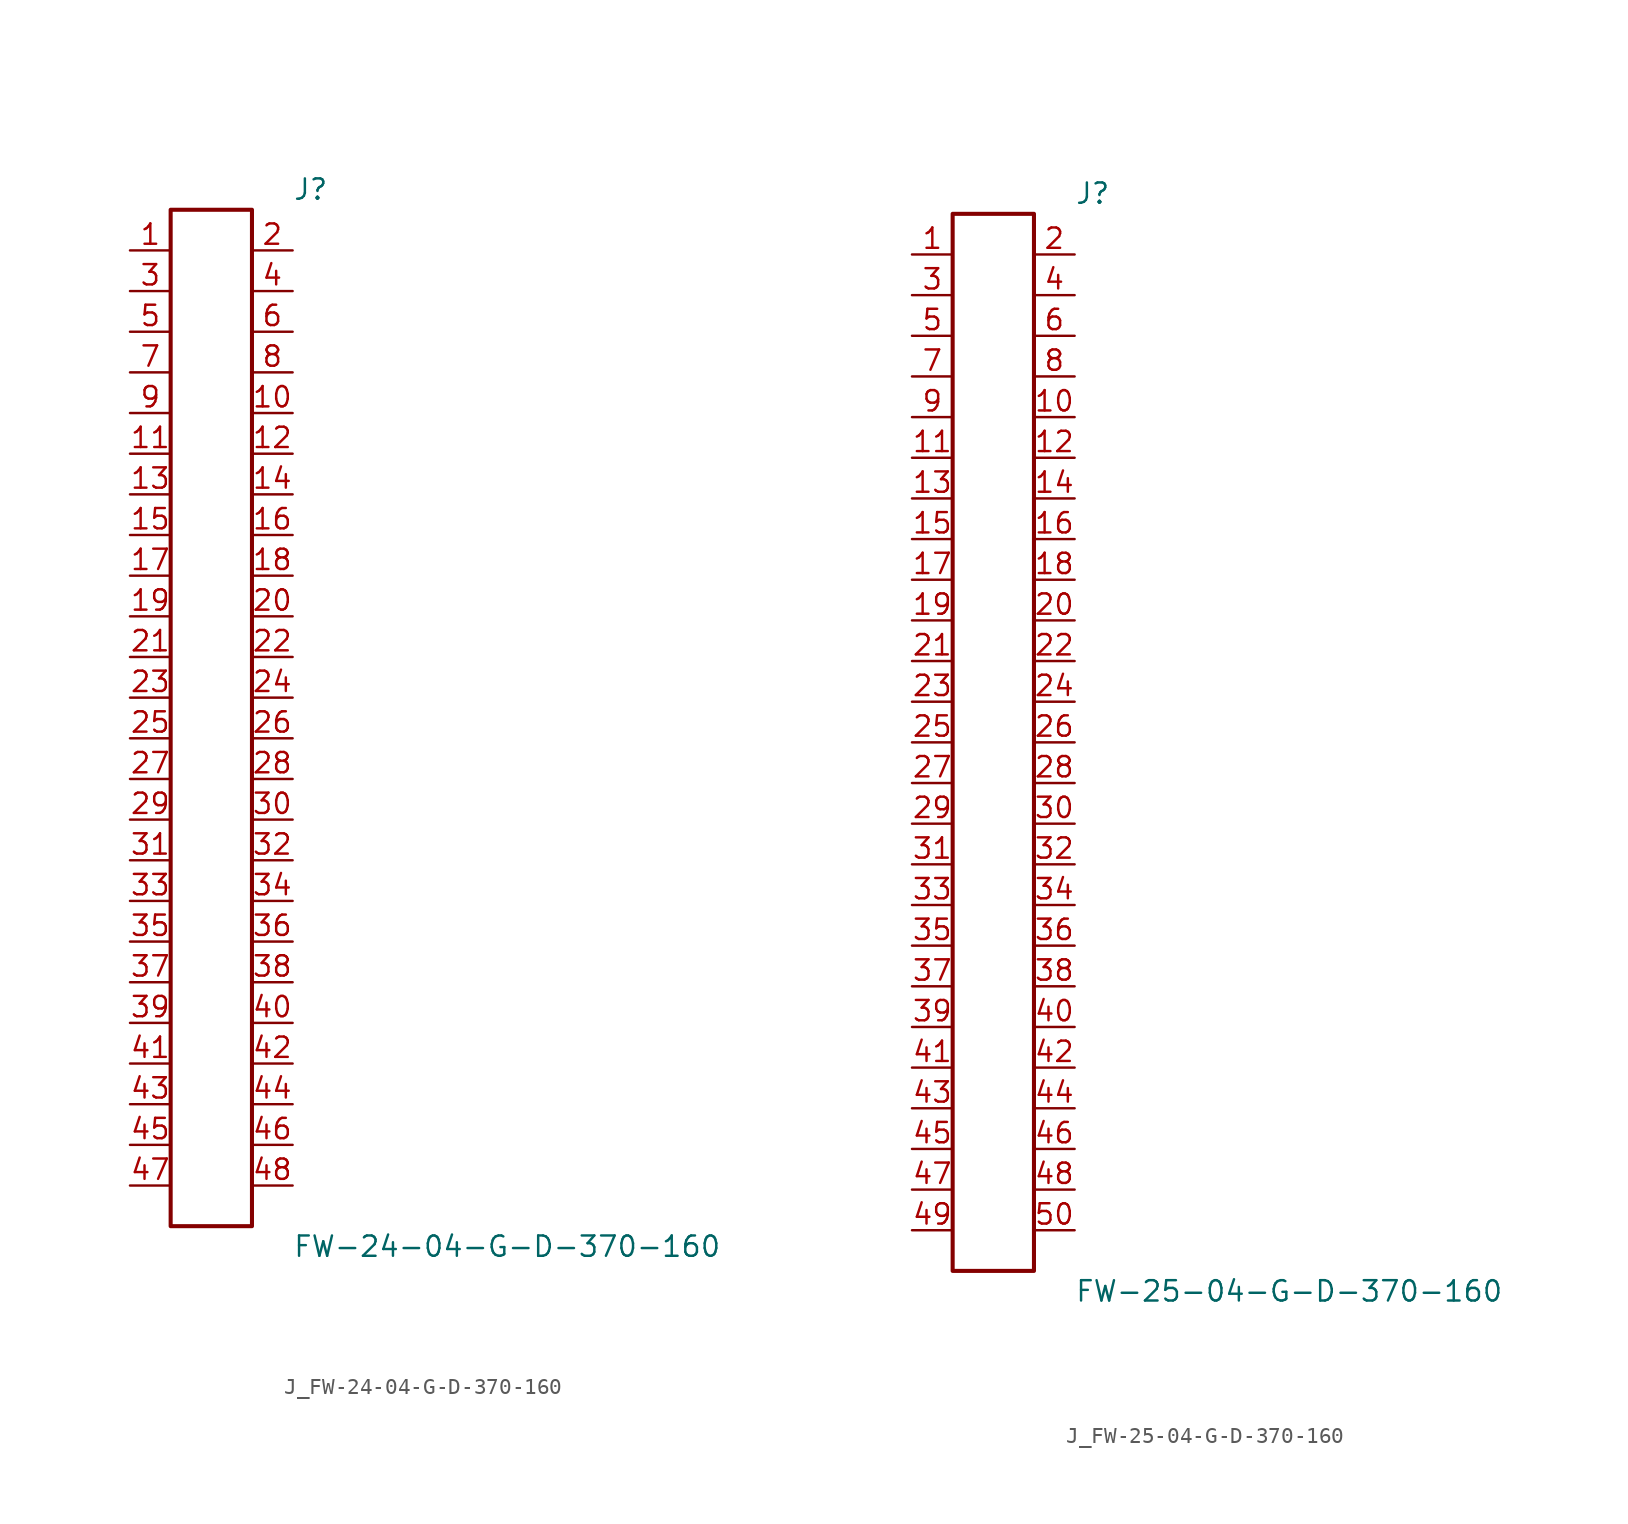
<source format=kicad_sym>
(kicad_symbol_lib
  (version 20231120)
  (generator kicad_symbol_editor)
  (generator_version 8.0)
  (symbol "J_FW-24-04-G-D-370-160"
    (pin_names
      (offset 0.254))
    (property "Reference" "J"
      (at 5.08 33.02 0)
      (effects (font (size 1.27 1.27)) (justify left)))
    (property "Value" "FW-24-04-G-D-370-160"
      (at 5.08 -33.02 0)
      (effects (font (size 1.27 1.27)) (justify left)))
    (symbol "J_FW-24-04-G-D-370-160_0_0"
      (pin unspecified line (at -5.08 29.21 0) (length 2.54) (name "" (effects (font (size 1.27 1.27)))) (number "1" (effects (font (size 1.27 1.27)))))
      (pin unspecified line (at 5.08 29.21 180) (length 2.54) (name "" (effects (font (size 1.27 1.27)))) (number "2" (effects (font (size 1.27 1.27)))))
      (pin unspecified line (at -5.08 26.67 0) (length 2.54) (name "" (effects (font (size 1.27 1.27)))) (number "3" (effects (font (size 1.27 1.27)))))
      (pin unspecified line (at 5.08 26.67 180) (length 2.54) (name "" (effects (font (size 1.27 1.27)))) (number "4" (effects (font (size 1.27 1.27)))))
      (pin unspecified line (at -5.08 24.13 0) (length 2.54) (name "" (effects (font (size 1.27 1.27)))) (number "5" (effects (font (size 1.27 1.27)))))
      (pin unspecified line (at 5.08 24.13 180) (length 2.54) (name "" (effects (font (size 1.27 1.27)))) (number "6" (effects (font (size 1.27 1.27)))))
      (pin unspecified line (at -5.08 21.59 0) (length 2.54) (name "" (effects (font (size 1.27 1.27)))) (number "7" (effects (font (size 1.27 1.27)))))
      (pin unspecified line (at 5.08 21.59 180) (length 2.54) (name "" (effects (font (size 1.27 1.27)))) (number "8" (effects (font (size 1.27 1.27)))))
      (pin unspecified line (at -5.08 19.05 0) (length 2.54) (name "" (effects (font (size 1.27 1.27)))) (number "9" (effects (font (size 1.27 1.27)))))
      (pin unspecified line (at 5.08 19.05 180) (length 2.54) (name "" (effects (font (size 1.27 1.27)))) (number "10" (effects (font (size 1.27 1.27)))))
      (pin unspecified line (at -5.08 16.51 0) (length 2.54) (name "" (effects (font (size 1.27 1.27)))) (number "11" (effects (font (size 1.27 1.27)))))
      (pin unspecified line (at 5.08 16.51 180) (length 2.54) (name "" (effects (font (size 1.27 1.27)))) (number "12" (effects (font (size 1.27 1.27)))))
      (pin unspecified line (at -5.08 13.97 0) (length 2.54) (name "" (effects (font (size 1.27 1.27)))) (number "13" (effects (font (size 1.27 1.27)))))
      (pin unspecified line (at 5.08 13.97 180) (length 2.54) (name "" (effects (font (size 1.27 1.27)))) (number "14" (effects (font (size 1.27 1.27)))))
      (pin unspecified line (at -5.08 11.43 0) (length 2.54) (name "" (effects (font (size 1.27 1.27)))) (number "15" (effects (font (size 1.27 1.27)))))
      (pin unspecified line (at 5.08 11.43 180) (length 2.54) (name "" (effects (font (size 1.27 1.27)))) (number "16" (effects (font (size 1.27 1.27)))))
      (pin unspecified line (at -5.08 8.89 0) (length 2.54) (name "" (effects (font (size 1.27 1.27)))) (number "17" (effects (font (size 1.27 1.27)))))
      (pin unspecified line (at 5.08 8.89 180) (length 2.54) (name "" (effects (font (size 1.27 1.27)))) (number "18" (effects (font (size 1.27 1.27)))))
      (pin unspecified line (at -5.08 6.35 0) (length 2.54) (name "" (effects (font (size 1.27 1.27)))) (number "19" (effects (font (size 1.27 1.27)))))
      (pin unspecified line (at 5.08 6.35 180) (length 2.54) (name "" (effects (font (size 1.27 1.27)))) (number "20" (effects (font (size 1.27 1.27)))))
      (pin unspecified line (at -5.08 3.81 0) (length 2.54) (name "" (effects (font (size 1.27 1.27)))) (number "21" (effects (font (size 1.27 1.27)))))
      (pin unspecified line (at 5.08 3.81 180) (length 2.54) (name "" (effects (font (size 1.27 1.27)))) (number "22" (effects (font (size 1.27 1.27)))))
      (pin unspecified line (at -5.08 1.27 0) (length 2.54) (name "" (effects (font (size 1.27 1.27)))) (number "23" (effects (font (size 1.27 1.27)))))
      (pin unspecified line (at 5.08 1.27 180) (length 2.54) (name "" (effects (font (size 1.27 1.27)))) (number "24" (effects (font (size 1.27 1.27)))))
      (pin unspecified line (at -5.08 -1.27 0) (length 2.54) (name "" (effects (font (size 1.27 1.27)))) (number "25" (effects (font (size 1.27 1.27)))))
      (pin unspecified line (at 5.08 -1.27 180) (length 2.54) (name "" (effects (font (size 1.27 1.27)))) (number "26" (effects (font (size 1.27 1.27)))))
      (pin unspecified line (at -5.08 -3.81 0) (length 2.54) (name "" (effects (font (size 1.27 1.27)))) (number "27" (effects (font (size 1.27 1.27)))))
      (pin unspecified line (at 5.08 -3.81 180) (length 2.54) (name "" (effects (font (size 1.27 1.27)))) (number "28" (effects (font (size 1.27 1.27)))))
      (pin unspecified line (at -5.08 -6.35 0) (length 2.54) (name "" (effects (font (size 1.27 1.27)))) (number "29" (effects (font (size 1.27 1.27)))))
      (pin unspecified line (at 5.08 -6.35 180) (length 2.54) (name "" (effects (font (size 1.27 1.27)))) (number "30" (effects (font (size 1.27 1.27)))))
      (pin unspecified line (at -5.08 -8.89 0) (length 2.54) (name "" (effects (font (size 1.27 1.27)))) (number "31" (effects (font (size 1.27 1.27)))))
      (pin unspecified line (at 5.08 -8.89 180) (length 2.54) (name "" (effects (font (size 1.27 1.27)))) (number "32" (effects (font (size 1.27 1.27)))))
      (pin unspecified line (at -5.08 -11.43 0) (length 2.54) (name "" (effects (font (size 1.27 1.27)))) (number "33" (effects (font (size 1.27 1.27)))))
      (pin unspecified line (at 5.08 -11.43 180) (length 2.54) (name "" (effects (font (size 1.27 1.27)))) (number "34" (effects (font (size 1.27 1.27)))))
      (pin unspecified line (at -5.08 -13.97 0) (length 2.54) (name "" (effects (font (size 1.27 1.27)))) (number "35" (effects (font (size 1.27 1.27)))))
      (pin unspecified line (at 5.08 -13.97 180) (length 2.54) (name "" (effects (font (size 1.27 1.27)))) (number "36" (effects (font (size 1.27 1.27)))))
      (pin unspecified line (at -5.08 -16.51 0) (length 2.54) (name "" (effects (font (size 1.27 1.27)))) (number "37" (effects (font (size 1.27 1.27)))))
      (pin unspecified line (at 5.08 -16.51 180) (length 2.54) (name "" (effects (font (size 1.27 1.27)))) (number "38" (effects (font (size 1.27 1.27)))))
      (pin unspecified line (at -5.08 -19.05 0) (length 2.54) (name "" (effects (font (size 1.27 1.27)))) (number "39" (effects (font (size 1.27 1.27)))))
      (pin unspecified line (at 5.08 -19.05 180) (length 2.54) (name "" (effects (font (size 1.27 1.27)))) (number "40" (effects (font (size 1.27 1.27)))))
      (pin unspecified line (at -5.08 -21.59 0) (length 2.54) (name "" (effects (font (size 1.27 1.27)))) (number "41" (effects (font (size 1.27 1.27)))))
      (pin unspecified line (at 5.08 -21.59 180) (length 2.54) (name "" (effects (font (size 1.27 1.27)))) (number "42" (effects (font (size 1.27 1.27)))))
      (pin unspecified line (at -5.08 -24.13 0) (length 2.54) (name "" (effects (font (size 1.27 1.27)))) (number "43" (effects (font (size 1.27 1.27)))))
      (pin unspecified line (at 5.08 -24.13 180) (length 2.54) (name "" (effects (font (size 1.27 1.27)))) (number "44" (effects (font (size 1.27 1.27)))))
      (pin unspecified line (at -5.08 -26.67 0) (length 2.54) (name "" (effects (font (size 1.27 1.27)))) (number "45" (effects (font (size 1.27 1.27)))))
      (pin unspecified line (at 5.08 -26.67 180) (length 2.54) (name "" (effects (font (size 1.27 1.27)))) (number "46" (effects (font (size 1.27 1.27)))))
      (pin unspecified line (at -5.08 -29.21 0) (length 2.54) (name "" (effects (font (size 1.27 1.27)))) (number "47" (effects (font (size 1.27 1.27)))))
      (pin unspecified line (at 5.08 -29.21 180) (length 2.54) (name "" (effects (font (size 1.27 1.27)))) (number "48" (effects (font (size 1.27 1.27))))))
    (symbol "J_FW-24-04-G-D-370-160_1_0"
      (rectangle (start -2.54 31.75) (end 2.54 -31.75) (stroke (width 0.254) (type solid)) (fill (type none)))))
  (symbol "J_FW-25-04-G-D-370-160"
    (pin_names
      (offset 0.254))
    (property "Reference" "J"
      (at 5.08 34.29 0)
      (effects (font (size 1.27 1.27)) (justify left)))
    (property "Value" "FW-25-04-G-D-370-160"
      (at 5.08 -34.29 0)
      (effects (font (size 1.27 1.27)) (justify left)))
    (symbol "J_FW-25-04-G-D-370-160_0_0"
      (pin unspecified line (at -5.08 30.48 0) (length 2.54) (name "" (effects (font (size 1.27 1.27)))) (number "1" (effects (font (size 1.27 1.27)))))
      (pin unspecified line (at 5.08 30.48 180) (length 2.54) (name "" (effects (font (size 1.27 1.27)))) (number "2" (effects (font (size 1.27 1.27)))))
      (pin unspecified line (at -5.08 27.94 0) (length 2.54) (name "" (effects (font (size 1.27 1.27)))) (number "3" (effects (font (size 1.27 1.27)))))
      (pin unspecified line (at 5.08 27.94 180) (length 2.54) (name "" (effects (font (size 1.27 1.27)))) (number "4" (effects (font (size 1.27 1.27)))))
      (pin unspecified line (at -5.08 25.4 0) (length 2.54) (name "" (effects (font (size 1.27 1.27)))) (number "5" (effects (font (size 1.27 1.27)))))
      (pin unspecified line (at 5.08 25.4 180) (length 2.54) (name "" (effects (font (size 1.27 1.27)))) (number "6" (effects (font (size 1.27 1.27)))))
      (pin unspecified line (at -5.08 22.86 0) (length 2.54) (name "" (effects (font (size 1.27 1.27)))) (number "7" (effects (font (size 1.27 1.27)))))
      (pin unspecified line (at 5.08 22.86 180) (length 2.54) (name "" (effects (font (size 1.27 1.27)))) (number "8" (effects (font (size 1.27 1.27)))))
      (pin unspecified line (at -5.08 20.32 0) (length 2.54) (name "" (effects (font (size 1.27 1.27)))) (number "9" (effects (font (size 1.27 1.27)))))
      (pin unspecified line (at 5.08 20.32 180) (length 2.54) (name "" (effects (font (size 1.27 1.27)))) (number "10" (effects (font (size 1.27 1.27)))))
      (pin unspecified line (at -5.08 17.78 0) (length 2.54) (name "" (effects (font (size 1.27 1.27)))) (number "11" (effects (font (size 1.27 1.27)))))
      (pin unspecified line (at 5.08 17.78 180) (length 2.54) (name "" (effects (font (size 1.27 1.27)))) (number "12" (effects (font (size 1.27 1.27)))))
      (pin unspecified line (at -5.08 15.24 0) (length 2.54) (name "" (effects (font (size 1.27 1.27)))) (number "13" (effects (font (size 1.27 1.27)))))
      (pin unspecified line (at 5.08 15.24 180) (length 2.54) (name "" (effects (font (size 1.27 1.27)))) (number "14" (effects (font (size 1.27 1.27)))))
      (pin unspecified line (at -5.08 12.7 0) (length 2.54) (name "" (effects (font (size 1.27 1.27)))) (number "15" (effects (font (size 1.27 1.27)))))
      (pin unspecified line (at 5.08 12.7 180) (length 2.54) (name "" (effects (font (size 1.27 1.27)))) (number "16" (effects (font (size 1.27 1.27)))))
      (pin unspecified line (at -5.08 10.16 0) (length 2.54) (name "" (effects (font (size 1.27 1.27)))) (number "17" (effects (font (size 1.27 1.27)))))
      (pin unspecified line (at 5.08 10.16 180) (length 2.54) (name "" (effects (font (size 1.27 1.27)))) (number "18" (effects (font (size 1.27 1.27)))))
      (pin unspecified line (at -5.08 7.62 0) (length 2.54) (name "" (effects (font (size 1.27 1.27)))) (number "19" (effects (font (size 1.27 1.27)))))
      (pin unspecified line (at 5.08 7.62 180) (length 2.54) (name "" (effects (font (size 1.27 1.27)))) (number "20" (effects (font (size 1.27 1.27)))))
      (pin unspecified line (at -5.08 5.08 0) (length 2.54) (name "" (effects (font (size 1.27 1.27)))) (number "21" (effects (font (size 1.27 1.27)))))
      (pin unspecified line (at 5.08 5.08 180) (length 2.54) (name "" (effects (font (size 1.27 1.27)))) (number "22" (effects (font (size 1.27 1.27)))))
      (pin unspecified line (at -5.08 2.54 0) (length 2.54) (name "" (effects (font (size 1.27 1.27)))) (number "23" (effects (font (size 1.27 1.27)))))
      (pin unspecified line (at 5.08 2.54 180) (length 2.54) (name "" (effects (font (size 1.27 1.27)))) (number "24" (effects (font (size 1.27 1.27)))))
      (pin unspecified line (at -5.08 0.0 0) (length 2.54) (name "" (effects (font (size 1.27 1.27)))) (number "25" (effects (font (size 1.27 1.27)))))
      (pin unspecified line (at 5.08 0.0 180) (length 2.54) (name "" (effects (font (size 1.27 1.27)))) (number "26" (effects (font (size 1.27 1.27)))))
      (pin unspecified line (at -5.08 -2.54 0) (length 2.54) (name "" (effects (font (size 1.27 1.27)))) (number "27" (effects (font (size 1.27 1.27)))))
      (pin unspecified line (at 5.08 -2.54 180) (length 2.54) (name "" (effects (font (size 1.27 1.27)))) (number "28" (effects (font (size 1.27 1.27)))))
      (pin unspecified line (at -5.08 -5.08 0) (length 2.54) (name "" (effects (font (size 1.27 1.27)))) (number "29" (effects (font (size 1.27 1.27)))))
      (pin unspecified line (at 5.08 -5.08 180) (length 2.54) (name "" (effects (font (size 1.27 1.27)))) (number "30" (effects (font (size 1.27 1.27)))))
      (pin unspecified line (at -5.08 -7.62 0) (length 2.54) (name "" (effects (font (size 1.27 1.27)))) (number "31" (effects (font (size 1.27 1.27)))))
      (pin unspecified line (at 5.08 -7.62 180) (length 2.54) (name "" (effects (font (size 1.27 1.27)))) (number "32" (effects (font (size 1.27 1.27)))))
      (pin unspecified line (at -5.08 -10.16 0) (length 2.54) (name "" (effects (font (size 1.27 1.27)))) (number "33" (effects (font (size 1.27 1.27)))))
      (pin unspecified line (at 5.08 -10.16 180) (length 2.54) (name "" (effects (font (size 1.27 1.27)))) (number "34" (effects (font (size 1.27 1.27)))))
      (pin unspecified line (at -5.08 -12.7 0) (length 2.54) (name "" (effects (font (size 1.27 1.27)))) (number "35" (effects (font (size 1.27 1.27)))))
      (pin unspecified line (at 5.08 -12.7 180) (length 2.54) (name "" (effects (font (size 1.27 1.27)))) (number "36" (effects (font (size 1.27 1.27)))))
      (pin unspecified line (at -5.08 -15.24 0) (length 2.54) (name "" (effects (font (size 1.27 1.27)))) (number "37" (effects (font (size 1.27 1.27)))))
      (pin unspecified line (at 5.08 -15.24 180) (length 2.54) (name "" (effects (font (size 1.27 1.27)))) (number "38" (effects (font (size 1.27 1.27)))))
      (pin unspecified line (at -5.08 -17.78 0) (length 2.54) (name "" (effects (font (size 1.27 1.27)))) (number "39" (effects (font (size 1.27 1.27)))))
      (pin unspecified line (at 5.08 -17.78 180) (length 2.54) (name "" (effects (font (size 1.27 1.27)))) (number "40" (effects (font (size 1.27 1.27)))))
      (pin unspecified line (at -5.08 -20.32 0) (length 2.54) (name "" (effects (font (size 1.27 1.27)))) (number "41" (effects (font (size 1.27 1.27)))))
      (pin unspecified line (at 5.08 -20.32 180) (length 2.54) (name "" (effects (font (size 1.27 1.27)))) (number "42" (effects (font (size 1.27 1.27)))))
      (pin unspecified line (at -5.08 -22.86 0) (length 2.54) (name "" (effects (font (size 1.27 1.27)))) (number "43" (effects (font (size 1.27 1.27)))))
      (pin unspecified line (at 5.08 -22.86 180) (length 2.54) (name "" (effects (font (size 1.27 1.27)))) (number "44" (effects (font (size 1.27 1.27)))))
      (pin unspecified line (at -5.08 -25.4 0) (length 2.54) (name "" (effects (font (size 1.27 1.27)))) (number "45" (effects (font (size 1.27 1.27)))))
      (pin unspecified line (at 5.08 -25.4 180) (length 2.54) (name "" (effects (font (size 1.27 1.27)))) (number "46" (effects (font (size 1.27 1.27)))))
      (pin unspecified line (at -5.08 -27.94 0) (length 2.54) (name "" (effects (font (size 1.27 1.27)))) (number "47" (effects (font (size 1.27 1.27)))))
      (pin unspecified line (at 5.08 -27.94 180) (length 2.54) (name "" (effects (font (size 1.27 1.27)))) (number "48" (effects (font (size 1.27 1.27)))))
      (pin unspecified line (at -5.08 -30.48 0) (length 2.54) (name "" (effects (font (size 1.27 1.27)))) (number "49" (effects (font (size 1.27 1.27)))))
      (pin unspecified line (at 5.08 -30.48 180) (length 2.54) (name "" (effects (font (size 1.27 1.27)))) (number "50" (effects (font (size 1.27 1.27))))))
    (symbol "J_FW-25-04-G-D-370-160_1_0"
      (rectangle (start -2.54 33.02) (end 2.54 -33.02) (stroke (width 0.254) (type solid)) (fill (type none))))))
</source>
